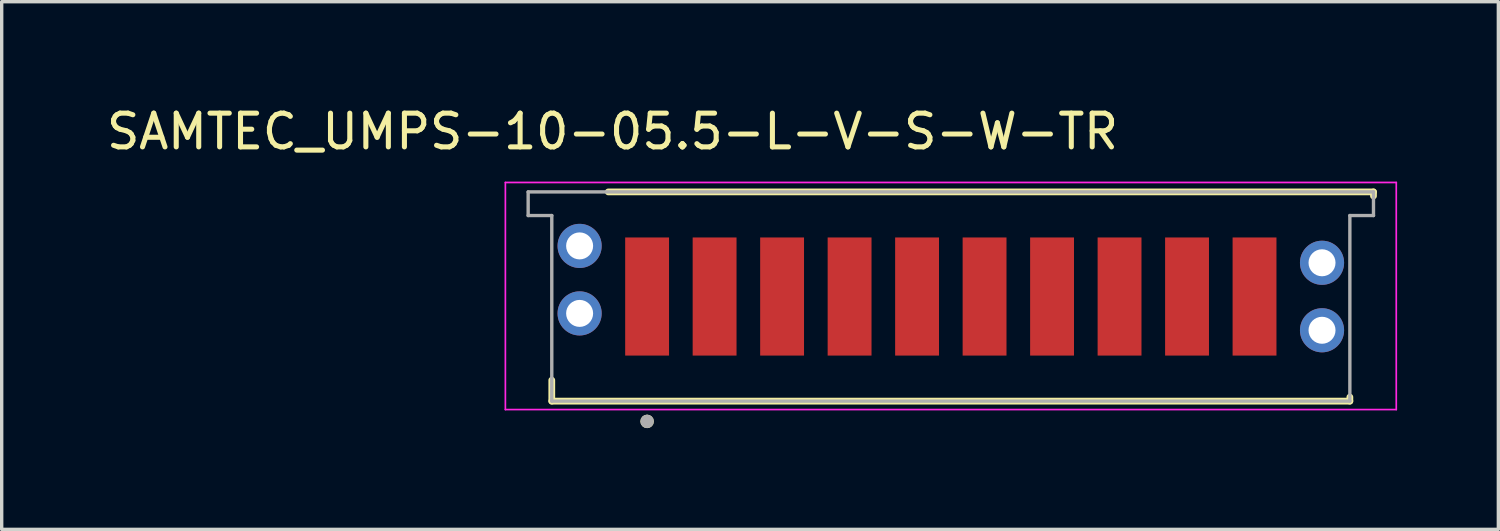
<source format=kicad_pcb>
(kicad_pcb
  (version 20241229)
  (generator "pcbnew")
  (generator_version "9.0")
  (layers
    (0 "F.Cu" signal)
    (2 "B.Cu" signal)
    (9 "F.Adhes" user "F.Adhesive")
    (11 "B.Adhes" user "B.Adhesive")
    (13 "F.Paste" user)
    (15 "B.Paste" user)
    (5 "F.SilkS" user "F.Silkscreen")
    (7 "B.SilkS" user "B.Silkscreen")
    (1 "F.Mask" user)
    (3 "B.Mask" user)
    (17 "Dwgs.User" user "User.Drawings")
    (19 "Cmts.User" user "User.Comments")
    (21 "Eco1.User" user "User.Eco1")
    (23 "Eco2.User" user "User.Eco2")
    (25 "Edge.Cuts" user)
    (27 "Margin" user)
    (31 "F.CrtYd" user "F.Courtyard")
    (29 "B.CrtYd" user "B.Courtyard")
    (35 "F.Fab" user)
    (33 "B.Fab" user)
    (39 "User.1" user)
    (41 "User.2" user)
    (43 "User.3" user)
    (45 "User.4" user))
  (footprint "SAMTEC_UMPS-10-05.5-L-V-S-W-TR"
    (layer "F.Cu")
    (at 25.126 5.737)
    (property "Reference" "SAMTEC_UMPS-10-05.5-L-V-S-W-TR" (at -10.025 -4.889 0) (layer "F.SilkS") (effects (font (size 1 1) (thickness 0.15))))
    (attr smd)
    (fp_line (start -11.825 3.1) (end -11.825 2.48) (stroke (width 0.2) (type solid)) (layer "F.SilkS"))
    (fp_line (start -11.825 3.1) (end 11.825 3.1) (stroke (width 0.2) (type solid)) (layer "F.SilkS"))
    (fp_line (start 11.825 3.1) (end 11.825 2.98) (stroke (width 0.2) (type solid)) (layer "F.SilkS"))
    (fp_line (start 12.525 -3.1) (end -10.15 -3.1) (stroke (width 0.2) (type solid)) (layer "F.SilkS"))
    (fp_line (start 12.525 -2.98) (end 12.525 -3.1) (stroke (width 0.2) (type solid)) (layer "F.SilkS"))
    (fp_circle (center -9 3.7) (end -8.9 3.7) (stroke (width 0.2) (type solid)) (fill no) (layer "F.SilkS"))
    (fp_poly (pts (xy -12.95 -3.13) (xy -10.5 -3.13) (xy -10.5 -0.85) (xy -12.95 -0.85)) (stroke (width 0.01) (type solid)) (fill yes) (layer "F.Paste"))
    (fp_poly (pts (xy -12.95 -0.15) (xy -10.5 -0.15) (xy -10.5 2.13) (xy -12.95 2.13)) (stroke (width 0.01) (type solid)) (fill yes) (layer "F.Paste"))
    (fp_poly (pts (xy 10.5 -2.63) (xy 12.95 -2.63) (xy 12.95 -0.35) (xy 10.5 -0.35)) (stroke (width 0.01) (type solid)) (fill yes) (layer "F.Paste"))
    (fp_poly (pts (xy 10.5 0.35) (xy 12.95 0.35) (xy 12.95 2.63) (xy 10.5 2.63)) (stroke (width 0.01) (type solid)) (fill yes) (layer "F.Paste"))
    (fp_line (start -13.2 -3.38) (end -13.2 3.35) (stroke (width 0.05) (type solid)) (layer "F.CrtYd"))
    (fp_line (start -13.2 3.35) (end 13.2 3.35) (stroke (width 0.05) (type solid)) (layer "F.CrtYd"))
    (fp_line (start 13.2 -3.38) (end -13.2 -3.38) (stroke (width 0.05) (type solid)) (layer "F.CrtYd"))
    (fp_line (start 13.2 3.35) (end 13.2 -3.38) (stroke (width 0.05) (type solid)) (layer "F.CrtYd"))
    (fp_line (start -12.525 -3.1) (end -12.525 -2.4) (stroke (width 0.1) (type solid)) (layer "F.Fab"))
    (fp_line (start -12.525 -2.4) (end -11.825 -2.4) (stroke (width 0.1) (type solid)) (layer "F.Fab"))
    (fp_line (start -11.825 -2.4) (end -11.825 3.1) (stroke (width 0.1) (type solid)) (layer "F.Fab"))
    (fp_line (start -11.825 3.1) (end 11.825 3.1) (stroke (width 0.1) (type solid)) (layer "F.Fab"))
    (fp_line (start 11.825 -2.4) (end 12.525 -2.4) (stroke (width 0.1) (type solid)) (layer "F.Fab"))
    (fp_line (start 11.825 3.1) (end 11.825 -2.4) (stroke (width 0.1) (type solid)) (layer "F.Fab"))
    (fp_line (start 12.525 -3.1) (end -12.525 -3.1) (stroke (width 0.1) (type solid)) (layer "F.Fab"))
    (fp_line (start 12.525 -2.4) (end 12.525 -3.1) (stroke (width 0.1) (type solid)) (layer "F.Fab"))
    (fp_circle (center -9 3.7) (end -8.9 3.7) (stroke (width 0.2) (type solid)) (fill no) (layer "F.Fab"))
    (pad "01" smd rect (at -9 0) (size 1.3 3.5) (layers "F.Cu" "F.Mask" "F.Paste"))
    (pad "02" smd rect (at -7 0) (size 1.3 3.5) (layers "F.Cu" "F.Mask" "F.Paste"))
    (pad "03" smd rect (at -5 0) (size 1.3 3.5) (layers "F.Cu" "F.Mask" "F.Paste"))
    (pad "04" smd rect (at -3 0) (size 1.3 3.5) (layers "F.Cu" "F.Mask" "F.Paste"))
    (pad "05" smd rect (at -1 0) (size 1.3 3.5) (layers "F.Cu" "F.Mask" "F.Paste"))
    (pad "06" smd rect (at 1 0) (size 1.3 3.5) (layers "F.Cu" "F.Mask" "F.Paste"))
    (pad "07" smd rect (at 3 0) (size 1.3 3.5) (layers "F.Cu" "F.Mask" "F.Paste"))
    (pad "08" smd rect (at 5 0) (size 1.3 3.5) (layers "F.Cu" "F.Mask" "F.Paste"))
    (pad "09" smd rect (at 7 0) (size 1.3 3.5) (layers "F.Cu" "F.Mask" "F.Paste"))
    (pad "10" smd rect (at 9 0) (size 1.3 3.5) (layers "F.Cu" "F.Mask" "F.Paste"))
    (pad "S1" thru_hole circle (at -11 -1.5) (size 1.308 1.308) (drill 0.8) (layers "*.Cu" "*.Mask"))
    (pad "S2" thru_hole circle (at 11 -1) (size 1.308 1.308) (drill 0.8) (layers "*.Cu" "*.Mask"))
    (pad "S3" thru_hole circle (at -11 0.5) (size 1.308 1.308) (drill 0.8) (layers "*.Cu" "*.Mask"))
    (pad "S4" thru_hole circle (at 11 1) (size 1.308 1.308) (drill 0.8) (layers "*.Cu" "*.Mask")))
  (gr_rect
    (start -3 -3)
    (end 41.351 12.637)
    (stroke (width 0.1) (type default))
    (fill no)
    (layer "Edge.Cuts")))
</source>
